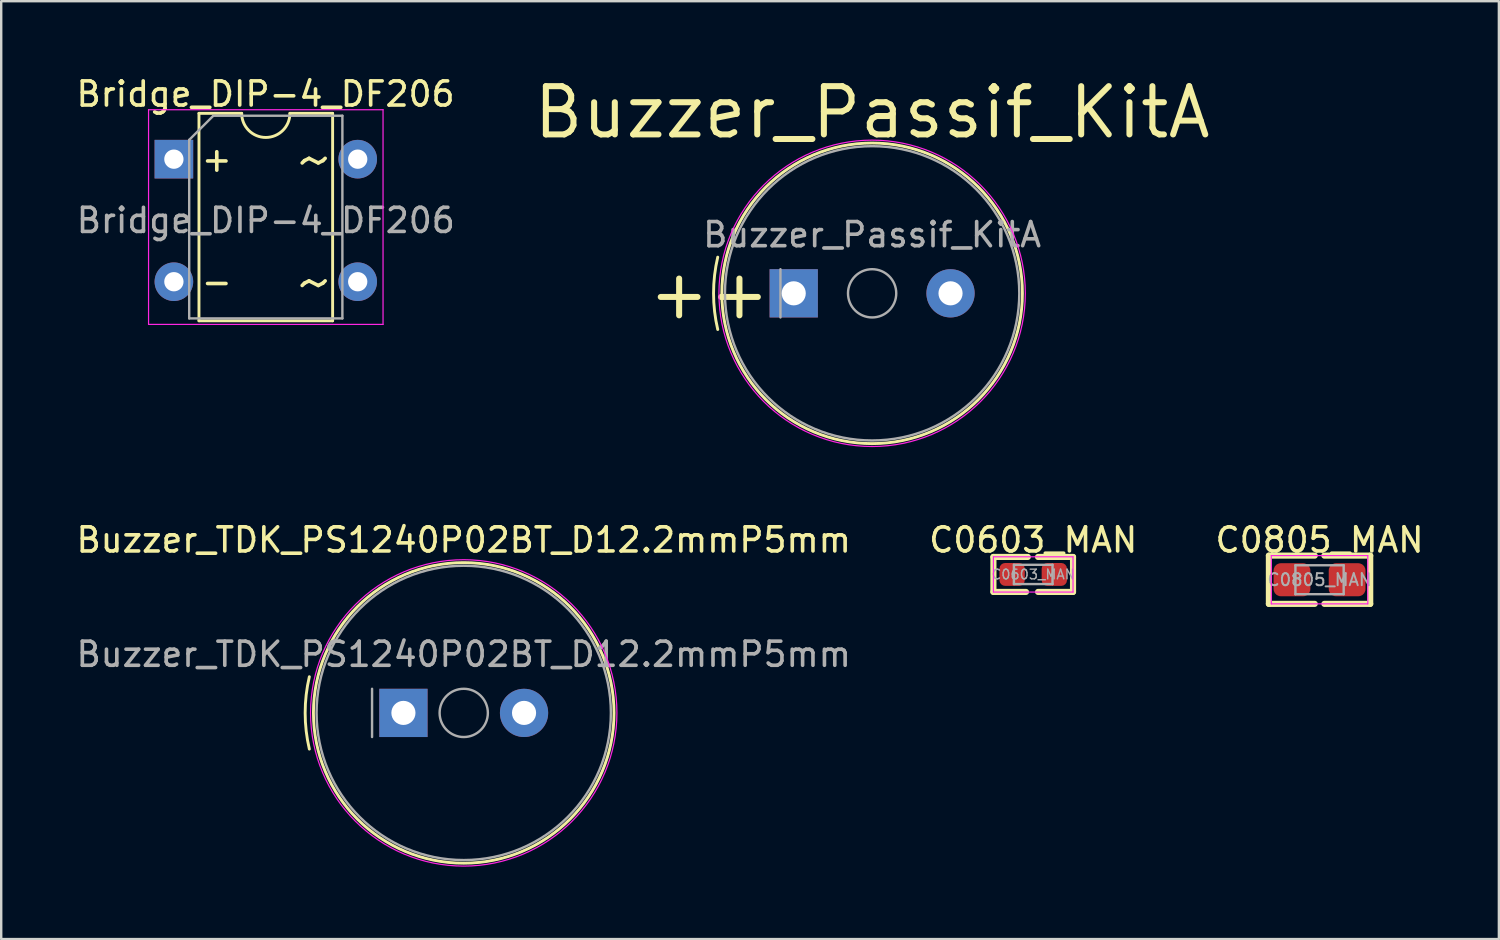
<source format=kicad_pcb>
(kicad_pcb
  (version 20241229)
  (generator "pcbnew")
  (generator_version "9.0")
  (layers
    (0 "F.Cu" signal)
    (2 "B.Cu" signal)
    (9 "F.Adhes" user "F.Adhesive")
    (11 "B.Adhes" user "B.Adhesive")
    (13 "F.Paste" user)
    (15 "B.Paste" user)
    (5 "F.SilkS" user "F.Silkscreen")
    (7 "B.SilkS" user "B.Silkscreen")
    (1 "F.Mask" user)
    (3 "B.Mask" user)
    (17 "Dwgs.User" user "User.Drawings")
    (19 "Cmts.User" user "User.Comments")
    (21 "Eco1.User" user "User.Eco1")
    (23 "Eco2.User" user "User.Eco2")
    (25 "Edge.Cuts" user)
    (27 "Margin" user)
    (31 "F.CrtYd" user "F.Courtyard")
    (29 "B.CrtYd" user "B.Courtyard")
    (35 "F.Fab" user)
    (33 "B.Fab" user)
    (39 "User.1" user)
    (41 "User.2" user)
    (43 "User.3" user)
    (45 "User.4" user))
  (footprint "Buzzer_Passif_KitA"
    (layer "F.Cu")
    (at 30.602 9.109)
    (property "Reference" "Buzzer_Passif_KitA" (at 2.5 -7.5 0) (layer "F.SilkS") (effects (font (size 2 2) (thickness 0.25))))
    (attr through_hole)
    (fp_arc (start -3.9 1.499999) (mid -4.073431 0) (end -3.9 -1.5) (stroke (width 0.12) (type solid)) (layer "F.SilkS"))
    (fp_circle (center 2.5 0) (end 8.73 0) (stroke (width 0.12) (type solid)) (fill no) (layer "F.SilkS"))
    (fp_circle (center 2.5 0) (end 8.85 0) (stroke (width 0.05) (type solid)) (fill no) (layer "F.CrtYd"))
    (fp_line (start -1.3 -1) (end -1.3 1) (stroke (width 0.1) (type solid)) (layer "F.Fab"))
    (fp_circle (center 2.5 0) (end 3.5 0) (stroke (width 0.1) (type solid)) (fill no) (layer "F.Fab"))
    (fp_circle (center 2.5 0) (end 8.6 0) (stroke (width 0.1) (type solid)) (fill no) (layer "F.Fab"))
    (fp_text user "+" (at -5.5 0 0) (layer "F.SilkS") (effects (font (size 2 2) (thickness 0.25))))
    (fp_text user "+" (at -3 0 0) (layer "F.SilkS") (effects (font (size 2 2) (thickness 0.25))))
    (fp_text user "${REFERENCE}" (at 2.5 -2.43 0) (layer "F.Fab") (effects (font (size 1 1) (thickness 0.15))))
    (pad "1" thru_hole rect (at -0.75 0) (size 2 2) (drill 1) (layers "*.Cu" "*.Mask"))
    (pad "2" thru_hole circle (at 5.75 0) (size 2 2) (drill 1) (layers "*.Cu" "*.Mask")))
  (footprint "Buzzer_TDK_PS1240P02BT_D12.2mmP5mm"
    (layer "F.Cu")
    (at 13.673 26.502)
    (property "Reference" "Buzzer_TDK_PS1240P02BT_D12.2mmP5mm" (at 2.5 -7.17 0) (layer "F.SilkS") (effects (font (size 1 1) (thickness 0.15))))
    (attr through_hole)
    (fp_arc (start -3.9 1.499999) (mid -4.073431 0) (end -3.9 -1.5) (stroke (width 0.12) (type solid)) (layer "F.SilkS"))
    (fp_circle (center 2.5 0) (end 8.73 0) (stroke (width 0.12) (type solid)) (fill no) (layer "F.SilkS"))
    (fp_circle (center 2.5 0) (end 8.85 0) (stroke (width 0.05) (type solid)) (fill no) (layer "F.CrtYd"))
    (fp_line (start -1.3 -1) (end -1.3 1) (stroke (width 0.1) (type solid)) (layer "F.Fab"))
    (fp_circle (center 2.5 0) (end 3.5 0) (stroke (width 0.1) (type solid)) (fill no) (layer "F.Fab"))
    (fp_circle (center 2.5 0) (end 8.6 0) (stroke (width 0.1) (type solid)) (fill no) (layer "F.Fab"))
    (fp_text user "${REFERENCE}" (at 2.5 -2.43 0) (layer "F.Fab") (effects (font (size 1 1) (thickness 0.15))))
    (pad "1" thru_hole rect (at 0 0) (size 2 2) (drill 1) (layers "*.Cu" "*.Mask"))
    (pad "2" thru_hole circle (at 5 0) (size 2 2) (drill 1) (layers "*.Cu" "*.Mask")))
  (footprint "Bridge_DIP-4_DF206"
    (layer "F.Cu")
    (at 4.158 3.548)
    (property "Reference" "Bridge_DIP-4_DF206" (at 3.8 -2.7 0) (layer "F.SilkS") (effects (font (size 1 1) (thickness 0.15))))
    (attr through_hole)
    (fp_line (start 1.04 -1.9) (end 1.04 6.7) (stroke (width 0.12) (type solid)) (layer "F.SilkS"))
    (fp_line (start 1.04 6.7) (end 6.58 6.7) (stroke (width 0.12) (type solid)) (layer "F.SilkS"))
    (fp_line (start 2.81 -1.9) (end 1.04 -1.9) (stroke (width 0.12) (type solid)) (layer "F.SilkS"))
    (fp_line (start 6.58 -1.9) (end 4.81 -1.9) (stroke (width 0.12) (type solid)) (layer "F.SilkS"))
    (fp_line (start 6.58 6.7) (end 6.58 -1.9) (stroke (width 0.12) (type solid)) (layer "F.SilkS"))
    (fp_arc (start 4.81 -1.9) (mid 3.81 -0.9) (end 2.81 -1.9) (stroke (width 0.12) (type solid)) (layer "F.SilkS"))
    (fp_line (start -1.05 -2.05) (end -1.05 6.85) (stroke (width 0.05) (type solid)) (layer "F.CrtYd"))
    (fp_line (start -1.05 -2.05) (end 8.67 -2.05) (stroke (width 0.05) (type solid)) (layer "F.CrtYd"))
    (fp_line (start 8.67 6.85) (end -1.05 6.85) (stroke (width 0.05) (type solid)) (layer "F.CrtYd"))
    (fp_line (start 8.67 6.85) (end 8.67 -2.05) (stroke (width 0.05) (type solid)) (layer "F.CrtYd"))
    (fp_line (start 0.635 -0.8) (end 1.635 -1.8) (stroke (width 0.1) (type solid)) (layer "F.Fab"))
    (fp_line (start 0.635 6.6) (end 0.635 -0.8) (stroke (width 0.1) (type solid)) (layer "F.Fab"))
    (fp_line (start 1.635 -1.8) (end 6.985 -1.8) (stroke (width 0.1) (type solid)) (layer "F.Fab"))
    (fp_line (start 6.985 -1.8) (end 6.985 6.6) (stroke (width 0.1) (type solid)) (layer "F.Fab"))
    (fp_line (start 6.985 6.6) (end 0.635 6.6) (stroke (width 0.1) (type solid)) (layer "F.Fab"))
    (fp_text user "~" (at 5.842 5.08 0) (layer "F.SilkS") (effects (font (size 2 2) (thickness 0.15))))
    (fp_text user "+" (at 1.778 0 0) (layer "F.SilkS") (effects (font (size 1 1) (thickness 0.15))))
    (fp_text user "~" (at 5.842 0 0) (layer "F.SilkS") (effects (font (size 2 2) (thickness 0.15))))
    (fp_text user "-" (at 1.778 5.08 0) (layer "F.SilkS") (effects (font (size 1 1) (thickness 0.15))))
    (fp_text user "${REFERENCE}" (at 3.81 2.54 0) (layer "F.Fab") (effects (font (size 1 1) (thickness 0.15))))
    (pad "1" thru_hole rect (at 0 0) (size 1.6 1.6) (drill 0.8) (layers "*.Cu" "*.Mask"))
    (pad "2" thru_hole oval (at 0 5.08) (size 1.6 1.6) (drill 0.8) (layers "*.Cu" "*.Mask"))
    (pad "3" thru_hole oval (at 7.62 5.08) (size 1.6 1.6) (drill 0.8) (layers "*.Cu" "*.Mask"))
    (pad "4" thru_hole oval (at 7.62 0) (size 1.6 1.6) (drill 0.8) (layers "*.Cu" "*.Mask")))
  (footprint "C0805_MAN"
    (layer "F.Cu")
    (at 51.649 20.982)
    (property "Reference" "C0805_MAN" (at 0 -1.65 0) (unlocked yes) (layer "F.SilkS") (effects (font (size 1 1) (thickness 0.15))))
    (attr smd)
    (fp_line (start -2.1 -1) (end -2.1 1) (stroke (width 0.254) (type solid)) (layer "F.SilkS"))
    (fp_line (start -2.1 1) (end -0.2 1) (stroke (width 0.254) (type solid)) (layer "F.SilkS"))
    (fp_line (start -0.2 -1) (end -2.1 -1) (stroke (width 0.254) (type solid)) (layer "F.SilkS"))
    (fp_line (start 0.2 1) (end 2.1 1) (stroke (width 0.254) (type solid)) (layer "F.SilkS"))
    (fp_line (start 2.1 -1) (end 0.2 -1) (stroke (width 0.254) (type solid)) (layer "F.SilkS"))
    (fp_line (start 2.1 1) (end 2.1 -1) (stroke (width 0.254) (type solid)) (layer "F.SilkS"))
    (fp_line (start -2 -1) (end 2 -1) (stroke (width 0.05) (type solid)) (layer "F.CrtYd"))
    (fp_line (start -2 1) (end -2 -1) (stroke (width 0.05) (type solid)) (layer "F.CrtYd"))
    (fp_line (start 2 -1) (end 2 1) (stroke (width 0.05) (type solid)) (layer "F.CrtYd"))
    (fp_line (start 2 1) (end -2 1) (stroke (width 0.05) (type solid)) (layer "F.CrtYd"))
    (fp_line (start -1 -0.6) (end 1 -0.6) (stroke (width 0.1) (type solid)) (layer "F.Fab"))
    (fp_line (start -1 0.6) (end -1 -0.6) (stroke (width 0.1) (type solid)) (layer "F.Fab"))
    (fp_line (start 1 -0.6) (end 1 0.6) (stroke (width 0.1) (type solid)) (layer "F.Fab"))
    (fp_line (start 1 0.6) (end -1 0.6) (stroke (width 0.1) (type solid)) (layer "F.Fab"))
    (fp_text user "${REFERENCE}" (at 0 0 0) (layer "F.Fab") (effects (font (size 0.5 0.5) (thickness 0.08))))
    (pad "1" smd roundrect (at -1.143 0) (size 1.524 1.37) (layers "F.Cu" "F.Mask" "F.Paste") (roundrect_rratio 0.217))
    (pad "2" smd roundrect (at 1.143 0) (size 1.524 1.37) (layers "F.Cu" "F.Mask" "F.Paste") (roundrect_rratio 0.217)))
  (footprint "C0603_MAN"
    (layer "F.Cu")
    (at 39.78 20.762)
    (property "Reference" "C0603_MAN" (at 0 -1.43 0) (unlocked yes) (layer "F.SilkS") (effects (font (size 1 1) (thickness 0.15))))
    (attr smd)
    (fp_line (start -1.65 -0.725) (end -1.65 0.725) (stroke (width 0.254) (type solid)) (layer "F.SilkS"))
    (fp_line (start -1.65 0.725) (end -0.3 0.725) (stroke (width 0.254) (type solid)) (layer "F.SilkS"))
    (fp_line (start -0.225 -0.725) (end -1.65 -0.725) (stroke (width 0.254) (type solid)) (layer "F.SilkS"))
    (fp_line (start 0.2 0.725) (end 1.65 0.725) (stroke (width 0.254) (type solid)) (layer "F.SilkS"))
    (fp_line (start 1.65 -0.725) (end 0.2 -0.725) (stroke (width 0.254) (type solid)) (layer "F.SilkS"))
    (fp_line (start 1.65 0.725) (end 1.65 -0.725) (stroke (width 0.254) (type solid)) (layer "F.SilkS"))
    (fp_line (start -1.65 -0.73) (end 1.65 -0.73) (stroke (width 0.05) (type solid)) (layer "F.CrtYd"))
    (fp_line (start -1.65 0.73) (end -1.65 -0.73) (stroke (width 0.05) (type solid)) (layer "F.CrtYd"))
    (fp_line (start 1.65 -0.73) (end 1.65 0.73) (stroke (width 0.05) (type solid)) (layer "F.CrtYd"))
    (fp_line (start 1.65 0.73) (end -1.65 0.73) (stroke (width 0.05) (type solid)) (layer "F.CrtYd"))
    (fp_line (start -0.8 -0.4) (end 0.8 -0.4) (stroke (width 0.1) (type solid)) (layer "F.Fab"))
    (fp_line (start -0.8 0.4) (end -0.8 -0.4) (stroke (width 0.1) (type solid)) (layer "F.Fab"))
    (fp_line (start 0.8 -0.4) (end 0.8 0.4) (stroke (width 0.1) (type solid)) (layer "F.Fab"))
    (fp_line (start 0.8 0.4) (end -0.8 0.4) (stroke (width 0.1) (type solid)) (layer "F.Fab"))
    (fp_text user "${REFERENCE}" (at 0 0 0) (layer "F.Fab") (effects (font (size 0.4 0.4) (thickness 0.06))))
    (pad "1" smd roundrect (at -0.875 0) (size 1.05 0.95) (layers "F.Cu" "F.Mask" "F.Paste") (roundrect_rratio 0.25))
    (pad "2" smd roundrect (at 0.875 0) (size 1.05 0.95) (layers "F.Cu" "F.Mask" "F.Paste") (roundrect_rratio 0.25)))
  (gr_rect
    (start -3 -3)
    (end 59.083 35.877)
    (stroke (width 0.1) (type default))
    (fill no)
    (layer "Edge.Cuts")))
</source>
